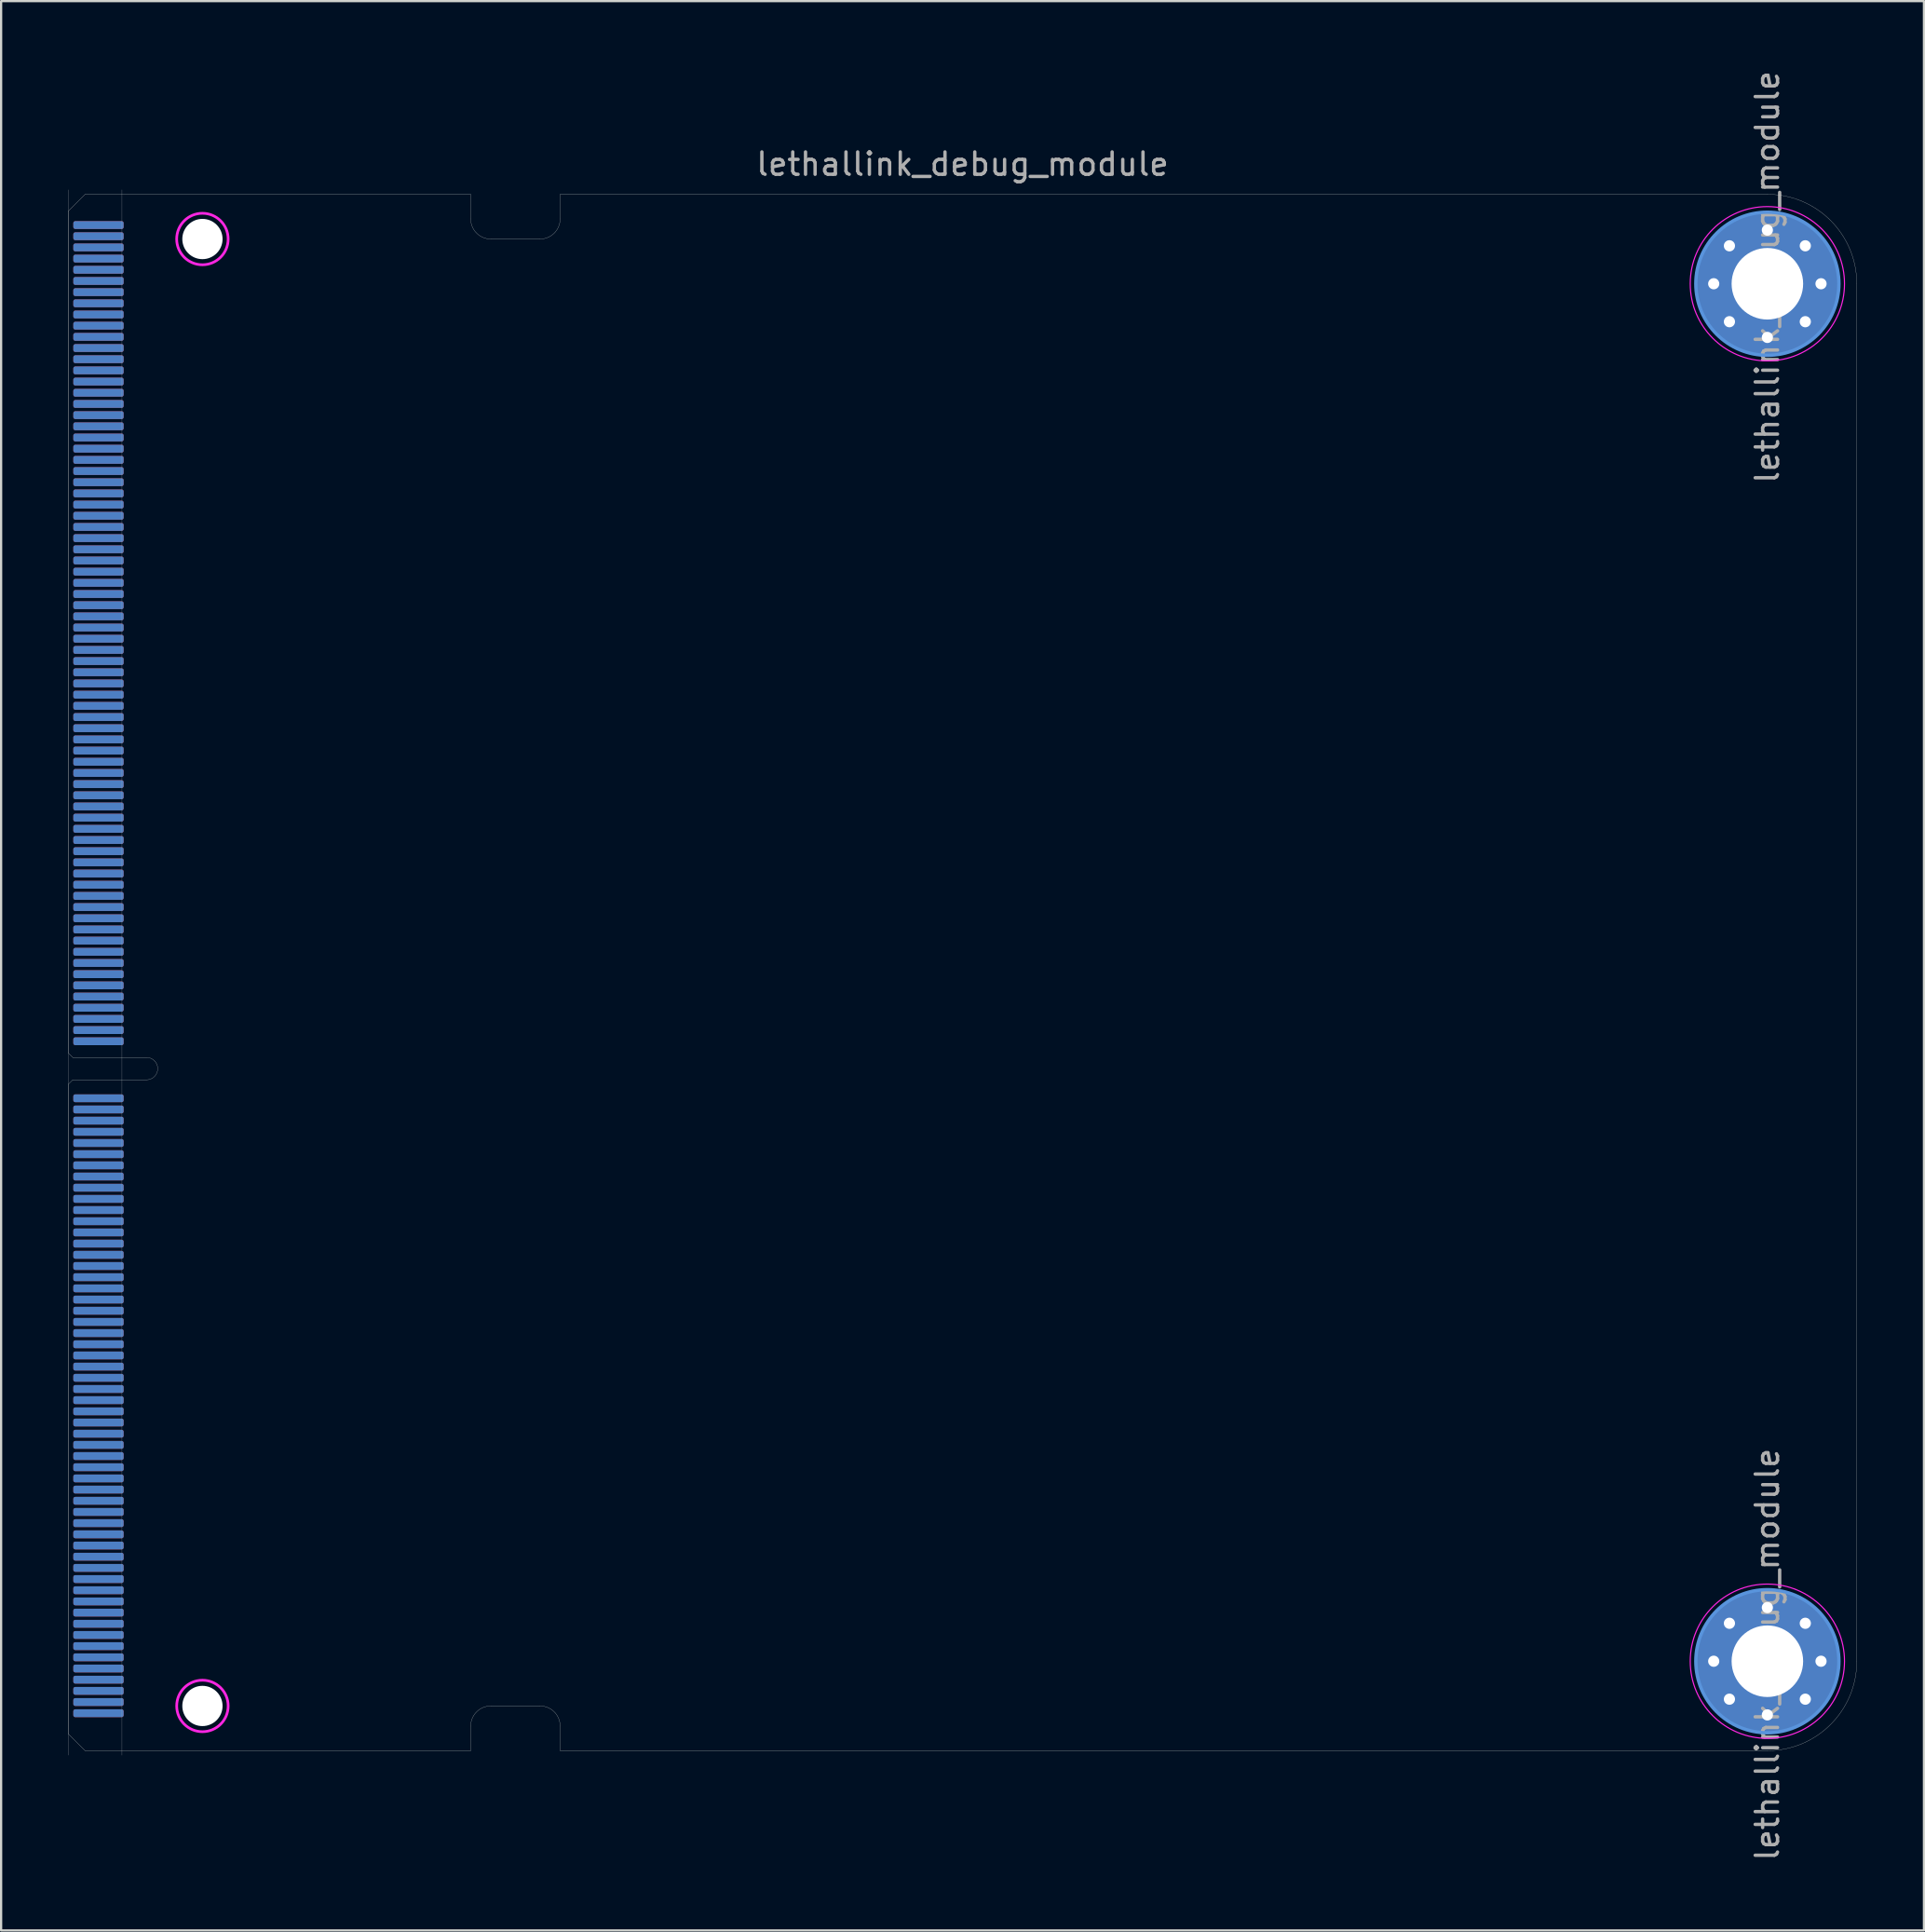
<source format=kicad_pcb>
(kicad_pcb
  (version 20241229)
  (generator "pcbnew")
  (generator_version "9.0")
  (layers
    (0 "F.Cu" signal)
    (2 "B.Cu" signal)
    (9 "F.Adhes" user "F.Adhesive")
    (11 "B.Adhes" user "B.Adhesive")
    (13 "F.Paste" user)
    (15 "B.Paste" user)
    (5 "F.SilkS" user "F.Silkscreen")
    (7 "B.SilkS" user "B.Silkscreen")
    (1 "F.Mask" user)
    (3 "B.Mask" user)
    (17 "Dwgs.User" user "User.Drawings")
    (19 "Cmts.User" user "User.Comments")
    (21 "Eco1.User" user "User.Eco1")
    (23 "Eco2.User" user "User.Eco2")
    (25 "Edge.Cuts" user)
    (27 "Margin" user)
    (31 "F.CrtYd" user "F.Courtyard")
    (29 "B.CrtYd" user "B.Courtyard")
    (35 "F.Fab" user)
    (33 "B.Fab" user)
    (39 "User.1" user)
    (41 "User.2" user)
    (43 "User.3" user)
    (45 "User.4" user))
  (footprint "lethallink_debug_module"
    (layer "F.Cu")
    (at 40.005 40.439)
    (property "Reference" "lethallink_debug_module" (at 0 -36.15 0) (layer "F.Fab") (effects (font (size 1 1) (thickness 0.15))))
    (attr through_hole)
    (fp_circle (center 36 -30.8) (end 36 -34) (stroke (width 0.15) (type solid)) (fill no) (layer "Cmts.User"))
    (fp_circle (center 36 30.8) (end 36 27.6) (stroke (width 0.15) (type solid)) (fill no) (layer "Cmts.User"))
    (fp_line (start -40 -34.05) (end -40 3.6) (stroke (width 0.01) (type solid)) (layer "Edge.Cuts"))
    (fp_line (start -40 34.05) (end -40 5) (stroke (width 0.01) (type solid)) (layer "Edge.Cuts"))
    (fp_line (start -39.8 3.8) (end -40 3.6) (stroke (width 0.01) (type solid)) (layer "Edge.Cuts"))
    (fp_line (start -39.8 4.8) (end -40 5) (stroke (width 0.01) (type solid)) (layer "Edge.Cuts"))
    (fp_line (start -39.25 -34.8) (end -40 -34.05) (stroke (width 0.01) (type solid)) (layer "Edge.Cuts"))
    (fp_line (start -39.25 -34.8) (end -22 -34.8) (stroke (width 0.01) (type solid)) (layer "Edge.Cuts"))
    (fp_line (start -39.25 34.8) (end -40 34.05) (stroke (width 0.01) (type solid)) (layer "Edge.Cuts"))
    (fp_line (start -39.25 34.8) (end -22 34.8) (stroke (width 0.01) (type solid)) (layer "Edge.Cuts"))
    (fp_line (start -36.5 3.8) (end -39.8 3.8) (stroke (width 0.01) (type solid)) (layer "Edge.Cuts"))
    (fp_line (start -36.5 4.8) (end -39.8 4.8) (stroke (width 0.01) (type solid)) (layer "Edge.Cuts"))
    (fp_line (start -22 -34.8) (end -22 -33.7) (stroke (width 0.01) (type solid)) (layer "Edge.Cuts"))
    (fp_line (start -22 33.7) (end -22 34.8) (stroke (width 0.01) (type solid)) (layer "Edge.Cuts"))
    (fp_line (start -21.1 32.8) (end -18.9 32.8) (stroke (width 0.01) (type solid)) (layer "Edge.Cuts"))
    (fp_line (start -18.9 -32.8) (end -21.1 -32.8) (stroke (width 0.01) (type solid)) (layer "Edge.Cuts"))
    (fp_line (start -18 -34.8) (end -18 -33.7) (stroke (width 0.01) (type solid)) (layer "Edge.Cuts"))
    (fp_line (start -18 33.7) (end -18 34.8) (stroke (width 0.01) (type solid)) (layer "Edge.Cuts"))
    (fp_line (start 36 -34.8) (end -18 -34.8) (stroke (width 0.01) (type solid)) (layer "Edge.Cuts"))
    (fp_line (start 36 34.8) (end -18 34.8) (stroke (width 0.01) (type solid)) (layer "Edge.Cuts"))
    (fp_line (start 40 30.8) (end 40 -30.8) (stroke (width 0.01) (type solid)) (layer "Edge.Cuts"))
    (fp_arc (start -36.5 3.8) (mid -36 4.3) (end -36.5 4.8) (stroke (width 0.01) (type solid)) (layer "Edge.Cuts"))
    (fp_arc (start -22 33.7) (mid -21.736396 33.063604) (end -21.1 32.8) (stroke (width 0.01) (type solid)) (layer "Edge.Cuts"))
    (fp_arc (start -21.1 -32.8) (mid -21.736396 -33.063604) (end -22 -33.7) (stroke (width 0.01) (type solid)) (layer "Edge.Cuts"))
    (fp_arc (start -18.9 32.8) (mid -18.263604 33.063604) (end -18 33.7) (stroke (width 0.01) (type solid)) (layer "Edge.Cuts"))
    (fp_arc (start -18 -33.7) (mid -18.263604 -33.063604) (end -18.9 -32.8) (stroke (width 0.01) (type solid)) (layer "Edge.Cuts"))
    (fp_arc (start 36 -34.8) (mid 38.828427 -33.628427) (end 40 -30.8) (stroke (width 0.01) (type solid)) (layer "Edge.Cuts"))
    (fp_arc (start 40 30.8) (mid 38.828427 33.628427) (end 36 34.8) (stroke (width 0.01) (type solid)) (layer "Edge.Cuts"))
    (fp_circle (center -34.001 -32.8) (end -32.85 -32.8) (stroke (width 0.12) (type solid)) (fill no) (layer "F.CrtYd"))
    (fp_circle (center -34 32.8) (end -32.849 32.8) (stroke (width 0.12) (type solid)) (fill no) (layer "F.CrtYd"))
    (fp_circle (center 36 -30.8) (end 36 -34.25) (stroke (width 0.05) (type solid)) (fill no) (layer "F.CrtYd"))
    (fp_circle (center 36 30.8) (end 36 27.35) (stroke (width 0.05) (type solid)) (fill no) (layer "F.CrtYd"))
    (fp_line (start -40 -35) (end -40 35) (stroke (width 0.01) (type solid)) (layer "F.Fab"))
    (fp_line (start -37.6 -35) (end -37.6 35) (stroke (width 0.01) (type solid)) (layer "F.Fab"))
    (fp_text user "${REFERENCE}" (at 36 -31.1 90) (layer "F.Fab") (effects (font (size 1 1) (thickness 0.15))))
    (fp_text user "${REFERENCE}" (at 36 30.5 90) (layer "F.Fab") (effects (font (size 1 1) (thickness 0.15))))
    (pad "" np_thru_hole circle (at -34 -32.8 90) (size 1.8 1.8) (drill 1.8) (layers "*.Cu" "*.Mask"))
    (pad "" np_thru_hole circle (at -34 32.8 90) (size 1.8 1.8) (drill 1.8) (layers "*.Cu" "*.Mask"))
    (pad "1" smd roundrect (at -38.65 -33.425 90) (size 0.35 2.25) (layers "F.Cu" "F.Mask") (roundrect_rratio 0.25))
    (pad "2" smd roundrect (at -38.65 -33.425 90) (size 0.35 2.25) (layers "B.Cu" "B.Mask") (roundrect_rratio 0.25))
    (pad "3" smd roundrect (at -38.65 -32.925 90) (size 0.35 2.25) (layers "F.Cu" "F.Mask") (roundrect_rratio 0.25))
    (pad "4" smd roundrect (at -38.65 -32.925 90) (size 0.35 2.25) (layers "B.Cu" "B.Mask") (roundrect_rratio 0.25))
    (pad "5" smd roundrect (at -38.65 -32.425 90) (size 0.35 2.25) (layers "F.Cu" "F.Mask") (roundrect_rratio 0.25))
    (pad "6" smd roundrect (at -38.65 -32.425 90) (size 0.35 2.25) (layers "B.Cu" "B.Mask") (roundrect_rratio 0.25))
    (pad "7" smd roundrect (at -38.65 -31.925 90) (size 0.35 2.25) (layers "F.Cu" "F.Mask") (roundrect_rratio 0.25))
    (pad "8" smd roundrect (at -38.65 -31.925 90) (size 0.35 2.25) (layers "B.Cu" "B.Mask") (roundrect_rratio 0.25))
    (pad "9" smd roundrect (at -38.65 -31.425 90) (size 0.35 2.25) (layers "F.Cu" "F.Mask") (roundrect_rratio 0.25))
    (pad "10" smd roundrect (at -38.65 -31.425 90) (size 0.35 2.25) (layers "B.Cu" "B.Mask") (roundrect_rratio 0.25))
    (pad "11" smd roundrect (at -38.65 -30.925 90) (size 0.35 2.25) (layers "F.Cu" "F.Mask") (roundrect_rratio 0.25))
    (pad "12" smd roundrect (at -38.65 -30.925 90) (size 0.35 2.25) (layers "B.Cu" "B.Mask") (roundrect_rratio 0.25))
    (pad "13" smd roundrect (at -38.65 -30.425 90) (size 0.35 2.25) (layers "F.Cu" "F.Mask") (roundrect_rratio 0.25))
    (pad "14" smd roundrect (at -38.65 -30.425 90) (size 0.35 2.25) (layers "B.Cu" "B.Mask") (roundrect_rratio 0.25))
    (pad "15" smd roundrect (at -38.65 -29.925 90) (size 0.35 2.25) (layers "F.Cu" "F.Mask") (roundrect_rratio 0.25))
    (pad "16" smd roundrect (at -38.65 -29.925 90) (size 0.35 2.25) (layers "B.Cu" "B.Mask") (roundrect_rratio 0.25))
    (pad "17" smd roundrect (at -38.65 -29.425 90) (size 0.35 2.25) (layers "F.Cu" "F.Mask") (roundrect_rratio 0.25))
    (pad "18" smd roundrect (at -38.65 -29.425 90) (size 0.35 2.25) (layers "B.Cu" "B.Mask") (roundrect_rratio 0.25))
    (pad "19" smd roundrect (at -38.65 -28.925 90) (size 0.35 2.25) (layers "F.Cu" "F.Mask") (roundrect_rratio 0.25))
    (pad "20" smd roundrect (at -38.65 -28.925 90) (size 0.35 2.25) (layers "B.Cu" "B.Mask") (roundrect_rratio 0.25))
    (pad "21" smd roundrect (at -38.65 -28.425 90) (size 0.35 2.25) (layers "F.Cu" "F.Mask") (roundrect_rratio 0.25))
    (pad "22" smd roundrect (at -38.65 -28.425 90) (size 0.35 2.25) (layers "B.Cu" "B.Mask") (roundrect_rratio 0.25))
    (pad "23" smd roundrect (at -38.65 -27.925 90) (size 0.35 2.25) (layers "F.Cu" "F.Mask") (roundrect_rratio 0.25))
    (pad "24" smd roundrect (at -38.65 -27.925 90) (size 0.35 2.25) (layers "B.Cu" "B.Mask") (roundrect_rratio 0.25))
    (pad "25" smd roundrect (at -38.65 -27.425 90) (size 0.35 2.25) (layers "F.Cu" "F.Mask") (roundrect_rratio 0.25))
    (pad "26" smd roundrect (at -38.65 -27.425 90) (size 0.35 2.25) (layers "B.Cu" "B.Mask") (roundrect_rratio 0.25))
    (pad "27" smd roundrect (at -38.65 -26.925 90) (size 0.35 2.25) (layers "F.Cu" "F.Mask") (roundrect_rratio 0.25))
    (pad "28" smd roundrect (at -38.65 -26.925 90) (size 0.35 2.25) (layers "B.Cu" "B.Mask") (roundrect_rratio 0.25))
    (pad "29" smd roundrect (at -38.65 -26.425 90) (size 0.35 2.25) (layers "F.Cu" "F.Mask") (roundrect_rratio 0.25))
    (pad "30" smd roundrect (at -38.65 -26.425 90) (size 0.35 2.25) (layers "B.Cu" "B.Mask") (roundrect_rratio 0.25))
    (pad "31" smd roundrect (at -38.65 -25.925 90) (size 0.35 2.25) (layers "F.Cu" "F.Mask") (roundrect_rratio 0.25))
    (pad "32" smd roundrect (at -38.65 -25.925 90) (size 0.35 2.25) (layers "B.Cu" "B.Mask") (roundrect_rratio 0.25))
    (pad "33" smd roundrect (at -38.65 -25.425 90) (size 0.35 2.25) (layers "F.Cu" "F.Mask") (roundrect_rratio 0.25))
    (pad "34" smd roundrect (at -38.65 -25.425 90) (size 0.35 2.25) (layers "B.Cu" "B.Mask") (roundrect_rratio 0.25))
    (pad "35" smd roundrect (at -38.65 -24.925 90) (size 0.35 2.25) (layers "F.Cu" "F.Mask") (roundrect_rratio 0.25))
    (pad "36" smd roundrect (at -38.65 -24.925 90) (size 0.35 2.25) (layers "B.Cu" "B.Mask") (roundrect_rratio 0.25))
    (pad "37" smd roundrect (at -38.65 -24.425 90) (size 0.35 2.25) (layers "F.Cu" "F.Mask") (roundrect_rratio 0.25))
    (pad "38" smd roundrect (at -38.65 -24.425 90) (size 0.35 2.25) (layers "B.Cu" "B.Mask") (roundrect_rratio 0.25))
    (pad "39" smd roundrect (at -38.65 -23.925 90) (size 0.35 2.25) (layers "F.Cu" "F.Mask") (roundrect_rratio 0.25))
    (pad "40" smd roundrect (at -38.65 -23.925 90) (size 0.35 2.25) (layers "B.Cu" "B.Mask") (roundrect_rratio 0.25))
    (pad "41" smd roundrect (at -38.65 -23.425 90) (size 0.35 2.25) (layers "F.Cu" "F.Mask") (roundrect_rratio 0.25))
    (pad "42" smd roundrect (at -38.65 -23.425 90) (size 0.35 2.25) (layers "B.Cu" "B.Mask") (roundrect_rratio 0.25))
    (pad "43" smd roundrect (at -38.65 -22.925 90) (size 0.35 2.25) (layers "F.Cu" "F.Mask") (roundrect_rratio 0.25))
    (pad "44" smd roundrect (at -38.65 -22.925 90) (size 0.35 2.25) (layers "B.Cu" "B.Mask") (roundrect_rratio 0.25))
    (pad "45" smd roundrect (at -38.65 -22.425 90) (size 0.35 2.25) (layers "F.Cu" "F.Mask") (roundrect_rratio 0.25))
    (pad "46" smd roundrect (at -38.65 -22.425 90) (size 0.35 2.25) (layers "B.Cu" "B.Mask") (roundrect_rratio 0.25))
    (pad "47" smd roundrect (at -38.65 -21.925 90) (size 0.35 2.25) (layers "F.Cu" "F.Mask") (roundrect_rratio 0.25))
    (pad "48" smd roundrect (at -38.65 -21.925 90) (size 0.35 2.25) (layers "B.Cu" "B.Mask") (roundrect_rratio 0.25))
    (pad "49" smd roundrect (at -38.65 -21.425 90) (size 0.35 2.25) (layers "F.Cu" "F.Mask") (roundrect_rratio 0.25))
    (pad "50" smd roundrect (at -38.65 -21.425 90) (size 0.35 2.25) (layers "B.Cu" "B.Mask") (roundrect_rratio 0.25))
    (pad "51" smd roundrect (at -38.65 -20.925 90) (size 0.35 2.25) (layers "F.Cu" "F.Mask") (roundrect_rratio 0.25))
    (pad "52" smd roundrect (at -38.65 -20.925 90) (size 0.35 2.25) (layers "B.Cu" "B.Mask") (roundrect_rratio 0.25))
    (pad "53" smd roundrect (at -38.65 -20.425 90) (size 0.35 2.25) (layers "F.Cu" "F.Mask") (roundrect_rratio 0.25))
    (pad "54" smd roundrect (at -38.65 -20.425 90) (size 0.35 2.25) (layers "B.Cu" "B.Mask") (roundrect_rratio 0.25))
    (pad "55" smd roundrect (at -38.65 -19.925 90) (size 0.35 2.25) (layers "F.Cu" "F.Mask") (roundrect_rratio 0.25))
    (pad "56" smd roundrect (at -38.65 -19.925 90) (size 0.35 2.25) (layers "B.Cu" "B.Mask") (roundrect_rratio 0.25))
    (pad "57" smd roundrect (at -38.65 -19.425 90) (size 0.35 2.25) (layers "F.Cu" "F.Mask") (roundrect_rratio 0.25))
    (pad "58" smd roundrect (at -38.65 -19.425 90) (size 0.35 2.25) (layers "B.Cu" "B.Mask") (roundrect_rratio 0.25))
    (pad "59" smd roundrect (at -38.65 -18.925 90) (size 0.35 2.25) (layers "F.Cu" "F.Mask") (roundrect_rratio 0.25))
    (pad "60" smd roundrect (at -38.65 -18.925 90) (size 0.35 2.25) (layers "B.Cu" "B.Mask") (roundrect_rratio 0.25))
    (pad "61" smd roundrect (at -38.65 -18.425 90) (size 0.35 2.25) (layers "F.Cu" "F.Mask") (roundrect_rratio 0.25))
    (pad "62" smd roundrect (at -38.65 -18.425 90) (size 0.35 2.25) (layers "B.Cu" "B.Mask") (roundrect_rratio 0.25))
    (pad "63" smd roundrect (at -38.65 -17.925 90) (size 0.35 2.25) (layers "F.Cu" "F.Mask") (roundrect_rratio 0.25))
    (pad "64" smd roundrect (at -38.65 -17.925 90) (size 0.35 2.25) (layers "B.Cu" "B.Mask") (roundrect_rratio 0.25))
    (pad "65" smd roundrect (at -38.65 -17.425 90) (size 0.35 2.25) (layers "F.Cu" "F.Mask") (roundrect_rratio 0.25))
    (pad "66" smd roundrect (at -38.65 -17.425 90) (size 0.35 2.25) (layers "B.Cu" "B.Mask") (roundrect_rratio 0.25))
    (pad "67" smd roundrect (at -38.65 -16.925 90) (size 0.35 2.25) (layers "F.Cu" "F.Mask") (roundrect_rratio 0.25))
    (pad "68" smd roundrect (at -38.65 -16.925 90) (size 0.35 2.25) (layers "B.Cu" "B.Mask") (roundrect_rratio 0.25))
    (pad "69" smd roundrect (at -38.65 -16.425 90) (size 0.35 2.25) (layers "F.Cu" "F.Mask") (roundrect_rratio 0.25))
    (pad "70" smd roundrect (at -38.65 -16.425 90) (size 0.35 2.25) (layers "B.Cu" "B.Mask") (roundrect_rratio 0.25))
    (pad "71" smd roundrect (at -38.65 -15.925 90) (size 0.35 2.25) (layers "F.Cu" "F.Mask") (roundrect_rratio 0.25))
    (pad "72" smd roundrect (at -38.65 -15.925 90) (size 0.35 2.25) (layers "B.Cu" "B.Mask") (roundrect_rratio 0.25))
    (pad "73" smd roundrect (at -38.65 -15.425 90) (size 0.35 2.25) (layers "F.Cu" "F.Mask") (roundrect_rratio 0.25))
    (pad "74" smd roundrect (at -38.65 -15.425 90) (size 0.35 2.25) (layers "B.Cu" "B.Mask") (roundrect_rratio 0.25))
    (pad "75" smd roundrect (at -38.65 -14.925 90) (size 0.35 2.25) (layers "F.Cu" "F.Mask") (roundrect_rratio 0.25))
    (pad "76" smd roundrect (at -38.65 -14.925 90) (size 0.35 2.25) (layers "B.Cu" "B.Mask") (roundrect_rratio 0.25))
    (pad "77" smd roundrect (at -38.65 -14.425 90) (size 0.35 2.25) (layers "F.Cu" "F.Mask") (roundrect_rratio 0.25))
    (pad "78" smd roundrect (at -38.65 -14.425 90) (size 0.35 2.25) (layers "B.Cu" "B.Mask") (roundrect_rratio 0.25))
    (pad "79" smd roundrect (at -38.65 -13.925 90) (size 0.35 2.25) (layers "F.Cu" "F.Mask") (roundrect_rratio 0.25))
    (pad "80" smd roundrect (at -38.65 -13.925 90) (size 0.35 2.25) (layers "B.Cu" "B.Mask") (roundrect_rratio 0.25))
    (pad "81" smd roundrect (at -38.65 -13.425 90) (size 0.35 2.25) (layers "F.Cu" "F.Mask") (roundrect_rratio 0.25))
    (pad "82" smd roundrect (at -38.65 -13.425 90) (size 0.35 2.25) (layers "B.Cu" "B.Mask") (roundrect_rratio 0.25))
    (pad "83" smd roundrect (at -38.65 -12.925 90) (size 0.35 2.25) (layers "F.Cu" "F.Mask") (roundrect_rratio 0.25))
    (pad "84" smd roundrect (at -38.65 -12.925 90) (size 0.35 2.25) (layers "B.Cu" "B.Mask") (roundrect_rratio 0.25))
    (pad "85" smd roundrect (at -38.65 -12.425 90) (size 0.35 2.25) (layers "F.Cu" "F.Mask") (roundrect_rratio 0.25))
    (pad "86" smd roundrect (at -38.65 -12.425 90) (size 0.35 2.25) (layers "B.Cu" "B.Mask") (roundrect_rratio 0.25))
    (pad "87" smd roundrect (at -38.65 -11.925 90) (size 0.35 2.25) (layers "F.Cu" "F.Mask") (roundrect_rratio 0.25))
    (pad "88" smd roundrect (at -38.65 -11.925 90) (size 0.35 2.25) (layers "B.Cu" "B.Mask") (roundrect_rratio 0.25))
    (pad "89" smd roundrect (at -38.65 -11.425 90) (size 0.35 2.25) (layers "F.Cu" "F.Mask") (roundrect_rratio 0.25))
    (pad "90" smd roundrect (at -38.65 -11.425 90) (size 0.35 2.25) (layers "B.Cu" "B.Mask") (roundrect_rratio 0.25))
    (pad "91" smd roundrect (at -38.65 -10.925 90) (size 0.35 2.25) (layers "F.Cu" "F.Mask") (roundrect_rratio 0.25))
    (pad "92" smd roundrect (at -38.65 -10.925 90) (size 0.35 2.25) (layers "B.Cu" "B.Mask") (roundrect_rratio 0.25))
    (pad "93" smd roundrect (at -38.65 -10.425 90) (size 0.35 2.25) (layers "F.Cu" "F.Mask") (roundrect_rratio 0.25))
    (pad "94" smd roundrect (at -38.65 -10.425 90) (size 0.35 2.25) (layers "B.Cu" "B.Mask") (roundrect_rratio 0.25))
    (pad "95" smd roundrect (at -38.65 -9.925 90) (size 0.35 2.25) (layers "F.Cu" "F.Mask") (roundrect_rratio 0.25))
    (pad "96" smd roundrect (at -38.65 -9.925 90) (size 0.35 2.25) (layers "B.Cu" "B.Mask") (roundrect_rratio 0.25))
    (pad "97" smd roundrect (at -38.65 -9.425 90) (size 0.35 2.25) (layers "F.Cu" "F.Mask") (roundrect_rratio 0.25))
    (pad "98" smd roundrect (at -38.65 -9.425 90) (size 0.35 2.25) (layers "B.Cu" "B.Mask") (roundrect_rratio 0.25))
    (pad "99" smd roundrect (at -38.65 -8.925 90) (size 0.35 2.25) (layers "F.Cu" "F.Mask") (roundrect_rratio 0.25))
    (pad "100" smd roundrect (at -38.65 -8.925 90) (size 0.35 2.25) (layers "B.Cu" "B.Mask") (roundrect_rratio 0.25))
    (pad "101" smd roundrect (at -38.65 -8.425 90) (size 0.35 2.25) (layers "F.Cu" "F.Mask") (roundrect_rratio 0.25))
    (pad "102" smd roundrect (at -38.65 -8.425 90) (size 0.35 2.25) (layers "B.Cu" "B.Mask") (roundrect_rratio 0.25))
    (pad "103" smd roundrect (at -38.65 -7.925 90) (size 0.35 2.25) (layers "F.Cu" "F.Mask") (roundrect_rratio 0.25))
    (pad "104" smd roundrect (at -38.65 -7.925 90) (size 0.35 2.25) (layers "B.Cu" "B.Mask") (roundrect_rratio 0.25))
    (pad "105" smd roundrect (at -38.65 -7.425 90) (size 0.35 2.25) (layers "F.Cu" "F.Mask") (roundrect_rratio 0.25))
    (pad "106" smd roundrect (at -38.65 -7.425 90) (size 0.35 2.25) (layers "B.Cu" "B.Mask") (roundrect_rratio 0.25))
    (pad "107" smd roundrect (at -38.65 -6.925 90) (size 0.35 2.25) (layers "F.Cu" "F.Mask") (roundrect_rratio 0.25))
    (pad "108" smd roundrect (at -38.65 -6.925 90) (size 0.35 2.25) (layers "B.Cu" "B.Mask") (roundrect_rratio 0.25))
    (pad "109" smd roundrect (at -38.65 -6.425 90) (size 0.35 2.25) (layers "F.Cu" "F.Mask") (roundrect_rratio 0.25))
    (pad "110" smd roundrect (at -38.65 -6.425 90) (size 0.35 2.25) (layers "B.Cu" "B.Mask") (roundrect_rratio 0.25))
    (pad "111" smd roundrect (at -38.65 -5.925 90) (size 0.35 2.25) (layers "F.Cu" "F.Mask") (roundrect_rratio 0.25))
    (pad "112" smd roundrect (at -38.65 -5.925 90) (size 0.35 2.25) (layers "B.Cu" "B.Mask") (roundrect_rratio 0.25))
    (pad "113" smd roundrect (at -38.65 -5.425 90) (size 0.35 2.25) (layers "F.Cu" "F.Mask") (roundrect_rratio 0.25))
    (pad "114" smd roundrect (at -38.65 -5.425 90) (size 0.35 2.25) (layers "B.Cu" "B.Mask") (roundrect_rratio 0.25))
    (pad "115" smd roundrect (at -38.65 -4.925 90) (size 0.35 2.25) (layers "F.Cu" "F.Mask") (roundrect_rratio 0.25))
    (pad "116" smd roundrect (at -38.65 -4.925 90) (size 0.35 2.25) (layers "B.Cu" "B.Mask") (roundrect_rratio 0.25))
    (pad "117" smd roundrect (at -38.65 -4.425 90) (size 0.35 2.25) (layers "F.Cu" "F.Mask") (roundrect_rratio 0.25))
    (pad "118" smd roundrect (at -38.65 -4.425 90) (size 0.35 2.25) (layers "B.Cu" "B.Mask") (roundrect_rratio 0.25))
    (pad "119" smd roundrect (at -38.65 -3.925 90) (size 0.35 2.25) (layers "F.Cu" "F.Mask") (roundrect_rratio 0.25))
    (pad "120" smd roundrect (at -38.65 -3.925 90) (size 0.35 2.25) (layers "B.Cu" "B.Mask") (roundrect_rratio 0.25))
    (pad "121" smd roundrect (at -38.65 -3.425 90) (size 0.35 2.25) (layers "F.Cu" "F.Mask") (roundrect_rratio 0.25))
    (pad "122" smd roundrect (at -38.65 -3.425 90) (size 0.35 2.25) (layers "B.Cu" "B.Mask") (roundrect_rratio 0.25))
    (pad "123" smd roundrect (at -38.65 -2.925 90) (size 0.35 2.25) (layers "F.Cu" "F.Mask") (roundrect_rratio 0.25))
    (pad "124" smd roundrect (at -38.65 -2.925 90) (size 0.35 2.25) (layers "B.Cu" "B.Mask") (roundrect_rratio 0.25))
    (pad "125" smd roundrect (at -38.65 -2.425 90) (size 0.35 2.25) (layers "F.Cu" "F.Mask") (roundrect_rratio 0.25))
    (pad "126" smd roundrect (at -38.65 -2.425 90) (size 0.35 2.25) (layers "B.Cu" "B.Mask") (roundrect_rratio 0.25))
    (pad "127" smd roundrect (at -38.65 -1.925 90) (size 0.35 2.25) (layers "F.Cu" "F.Mask") (roundrect_rratio 0.25))
    (pad "128" smd roundrect (at -38.65 -1.925 90) (size 0.35 2.25) (layers "B.Cu" "B.Mask") (roundrect_rratio 0.25))
    (pad "129" smd roundrect (at -38.65 -1.425 90) (size 0.35 2.25) (layers "F.Cu" "F.Mask") (roundrect_rratio 0.25))
    (pad "130" smd roundrect (at -38.65 -1.425 90) (size 0.35 2.25) (layers "B.Cu" "B.Mask") (roundrect_rratio 0.25))
    (pad "131" smd roundrect (at -38.65 -0.925 90) (size 0.35 2.25) (layers "F.Cu" "F.Mask") (roundrect_rratio 0.25))
    (pad "132" smd roundrect (at -38.65 -0.925 90) (size 0.35 2.25) (layers "B.Cu" "B.Mask") (roundrect_rratio 0.25))
    (pad "133" smd roundrect (at -38.65 -0.425 90) (size 0.35 2.25) (layers "F.Cu" "F.Mask") (roundrect_rratio 0.25))
    (pad "134" smd roundrect (at -38.65 -0.425 90) (size 0.35 2.25) (layers "B.Cu" "B.Mask") (roundrect_rratio 0.25))
    (pad "135" smd roundrect (at -38.65 0.075 90) (size 0.35 2.25) (layers "F.Cu" "F.Mask") (roundrect_rratio 0.25))
    (pad "136" smd roundrect (at -38.65 0.075 90) (size 0.35 2.25) (layers "B.Cu" "B.Mask") (roundrect_rratio 0.25))
    (pad "137" smd roundrect (at -38.65 0.575 90) (size 0.35 2.25) (layers "F.Cu" "F.Mask") (roundrect_rratio 0.25))
    (pad "138" smd roundrect (at -38.65 0.575 90) (size 0.35 2.25) (layers "B.Cu" "B.Mask") (roundrect_rratio 0.25))
    (pad "139" smd roundrect (at -38.65 1.075 90) (size 0.35 2.25) (layers "F.Cu" "F.Mask") (roundrect_rratio 0.25))
    (pad "140" smd roundrect (at -38.65 1.075 90) (size 0.35 2.25) (layers "B.Cu" "B.Mask") (roundrect_rratio 0.25))
    (pad "141" smd roundrect (at -38.65 1.575 90) (size 0.35 2.25) (layers "F.Cu" "F.Mask") (roundrect_rratio 0.25))
    (pad "142" smd roundrect (at -38.65 1.575 90) (size 0.35 2.25) (layers "B.Cu" "B.Mask") (roundrect_rratio 0.25))
    (pad "143" smd roundrect (at -38.65 2.075 90) (size 0.35 2.25) (layers "F.Cu" "F.Mask") (roundrect_rratio 0.25))
    (pad "144" smd roundrect (at -38.65 2.075 90) (size 0.35 2.25) (layers "B.Cu" "B.Mask") (roundrect_rratio 0.25))
    (pad "145" smd roundrect (at -38.65 2.575 90) (size 0.35 2.25) (layers "F.Cu" "F.Mask") (roundrect_rratio 0.25))
    (pad "146" smd roundrect (at -38.65 2.575 90) (size 0.35 2.25) (layers "B.Cu" "B.Mask") (roundrect_rratio 0.25))
    (pad "147" smd roundrect (at -38.65 3.075 90) (size 0.35 2.25) (layers "F.Cu" "F.Mask") (roundrect_rratio 0.25))
    (pad "148" smd roundrect (at -38.65 3.075 90) (size 0.35 2.25) (layers "B.Cu" "B.Mask") (roundrect_rratio 0.25))
    (pad "149" smd roundrect (at -38.65 5.625 90) (size 0.35 2.25) (layers "F.Cu" "F.Mask") (roundrect_rratio 0.25))
    (pad "150" smd roundrect (at -38.65 5.625 90) (size 0.35 2.25) (layers "B.Cu" "B.Mask") (roundrect_rratio 0.25))
    (pad "151" smd roundrect (at -38.65 6.125 90) (size 0.35 2.25) (layers "F.Cu" "F.Mask") (roundrect_rratio 0.25))
    (pad "152" smd roundrect (at -38.65 6.125 90) (size 0.35 2.25) (layers "B.Cu" "B.Mask") (roundrect_rratio 0.25))
    (pad "153" smd roundrect (at -38.65 6.625 90) (size 0.35 2.25) (layers "F.Cu" "F.Mask") (roundrect_rratio 0.25))
    (pad "154" smd roundrect (at -38.65 6.625 90) (size 0.35 2.25) (layers "B.Cu" "B.Mask") (roundrect_rratio 0.25))
    (pad "155" smd roundrect (at -38.65 7.125 90) (size 0.35 2.25) (layers "F.Cu" "F.Mask") (roundrect_rratio 0.25))
    (pad "156" smd roundrect (at -38.65 7.125 90) (size 0.35 2.25) (layers "B.Cu" "B.Mask") (roundrect_rratio 0.25))
    (pad "157" smd roundrect (at -38.65 7.625 90) (size 0.35 2.25) (layers "F.Cu" "F.Mask") (roundrect_rratio 0.25))
    (pad "158" smd roundrect (at -38.65 7.625 90) (size 0.35 2.25) (layers "B.Cu" "B.Mask") (roundrect_rratio 0.25))
    (pad "159" smd roundrect (at -38.65 8.125 90) (size 0.35 2.25) (layers "F.Cu" "F.Mask") (roundrect_rratio 0.25))
    (pad "160" smd roundrect (at -38.65 8.125 90) (size 0.35 2.25) (layers "B.Cu" "B.Mask") (roundrect_rratio 0.25))
    (pad "161" smd roundrect (at -38.65 8.625 90) (size 0.35 2.25) (layers "F.Cu" "F.Mask") (roundrect_rratio 0.25))
    (pad "162" smd roundrect (at -38.65 8.625 90) (size 0.35 2.25) (layers "B.Cu" "B.Mask") (roundrect_rratio 0.25))
    (pad "163" smd roundrect (at -38.65 9.125 90) (size 0.35 2.25) (layers "F.Cu" "F.Mask") (roundrect_rratio 0.25))
    (pad "164" smd roundrect (at -38.65 9.125 90) (size 0.35 2.25) (layers "B.Cu" "B.Mask") (roundrect_rratio 0.25))
    (pad "165" smd roundrect (at -38.65 9.625 90) (size 0.35 2.25) (layers "F.Cu" "F.Mask") (roundrect_rratio 0.25))
    (pad "166" smd roundrect (at -38.65 9.625 90) (size 0.35 2.25) (layers "B.Cu" "B.Mask") (roundrect_rratio 0.25))
    (pad "167" smd roundrect (at -38.65 10.125 90) (size 0.35 2.25) (layers "F.Cu" "F.Mask") (roundrect_rratio 0.25))
    (pad "168" smd roundrect (at -38.65 10.125 90) (size 0.35 2.25) (layers "B.Cu" "B.Mask") (roundrect_rratio 0.25))
    (pad "169" smd roundrect (at -38.65 10.625 90) (size 0.35 2.25) (layers "F.Cu" "F.Mask") (roundrect_rratio 0.25))
    (pad "170" smd roundrect (at -38.65 10.625 90) (size 0.35 2.25) (layers "B.Cu" "B.Mask") (roundrect_rratio 0.25))
    (pad "171" smd roundrect (at -38.65 11.125 90) (size 0.35 2.25) (layers "F.Cu" "F.Mask") (roundrect_rratio 0.25))
    (pad "172" smd roundrect (at -38.65 11.125 90) (size 0.35 2.25) (layers "B.Cu" "B.Mask") (roundrect_rratio 0.25))
    (pad "173" smd roundrect (at -38.65 11.625 90) (size 0.35 2.25) (layers "F.Cu" "F.Mask") (roundrect_rratio 0.25))
    (pad "174" smd roundrect (at -38.65 11.625 90) (size 0.35 2.25) (layers "B.Cu" "B.Mask") (roundrect_rratio 0.25))
    (pad "175" smd roundrect (at -38.65 12.125 90) (size 0.35 2.25) (layers "F.Cu" "F.Mask") (roundrect_rratio 0.25))
    (pad "176" smd roundrect (at -38.65 12.125 90) (size 0.35 2.25) (layers "B.Cu" "B.Mask") (roundrect_rratio 0.25))
    (pad "177" smd roundrect (at -38.65 12.625 90) (size 0.35 2.25) (layers "F.Cu" "F.Mask") (roundrect_rratio 0.25))
    (pad "178" smd roundrect (at -38.65 12.625 90) (size 0.35 2.25) (layers "B.Cu" "B.Mask") (roundrect_rratio 0.25))
    (pad "179" smd roundrect (at -38.65 13.125 90) (size 0.35 2.25) (layers "F.Cu" "F.Mask") (roundrect_rratio 0.25))
    (pad "180" smd roundrect (at -38.65 13.125 90) (size 0.35 2.25) (layers "B.Cu" "B.Mask") (roundrect_rratio 0.25))
    (pad "181" smd roundrect (at -38.65 13.625 90) (size 0.35 2.25) (layers "F.Cu" "F.Mask") (roundrect_rratio 0.25))
    (pad "182" smd roundrect (at -38.65 13.625 90) (size 0.35 2.25) (layers "B.Cu" "B.Mask") (roundrect_rratio 0.25))
    (pad "183" smd roundrect (at -38.65 14.125 90) (size 0.35 2.25) (layers "F.Cu" "F.Mask") (roundrect_rratio 0.25))
    (pad "184" smd roundrect (at -38.65 14.125 90) (size 0.35 2.25) (layers "B.Cu" "B.Mask") (roundrect_rratio 0.25))
    (pad "185" smd roundrect (at -38.65 14.625 90) (size 0.35 2.25) (layers "F.Cu" "F.Mask") (roundrect_rratio 0.25))
    (pad "186" smd roundrect (at -38.65 14.625 90) (size 0.35 2.25) (layers "B.Cu" "B.Mask") (roundrect_rratio 0.25))
    (pad "187" smd roundrect (at -38.65 15.125 90) (size 0.35 2.25) (layers "F.Cu" "F.Mask") (roundrect_rratio 0.25))
    (pad "188" smd roundrect (at -38.65 15.125 90) (size 0.35 2.25) (layers "B.Cu" "B.Mask") (roundrect_rratio 0.25))
    (pad "189" smd roundrect (at -38.65 15.625 90) (size 0.35 2.25) (layers "F.Cu" "F.Mask") (roundrect_rratio 0.25))
    (pad "190" smd roundrect (at -38.65 15.625 90) (size 0.35 2.25) (layers "B.Cu" "B.Mask") (roundrect_rratio 0.25))
    (pad "191" smd roundrect (at -38.65 16.125 90) (size 0.35 2.25) (layers "F.Cu" "F.Mask") (roundrect_rratio 0.25))
    (pad "192" smd roundrect (at -38.65 16.125 90) (size 0.35 2.25) (layers "B.Cu" "B.Mask") (roundrect_rratio 0.25))
    (pad "193" smd roundrect (at -38.65 16.625 90) (size 0.35 2.25) (layers "F.Cu" "F.Mask") (roundrect_rratio 0.25))
    (pad "194" smd roundrect (at -38.65 16.625 90) (size 0.35 2.25) (layers "B.Cu" "B.Mask") (roundrect_rratio 0.25))
    (pad "195" smd roundrect (at -38.65 17.125 90) (size 0.35 2.25) (layers "F.Cu" "F.Mask") (roundrect_rratio 0.25))
    (pad "196" smd roundrect (at -38.65 17.125 90) (size 0.35 2.25) (layers "B.Cu" "B.Mask") (roundrect_rratio 0.25))
    (pad "197" smd roundrect (at -38.65 17.625 90) (size 0.35 2.25) (layers "F.Cu" "F.Mask") (roundrect_rratio 0.25))
    (pad "198" smd roundrect (at -38.65 17.625 90) (size 0.35 2.25) (layers "B.Cu" "B.Mask") (roundrect_rratio 0.25))
    (pad "199" smd roundrect (at -38.65 18.125 90) (size 0.35 2.25) (layers "F.Cu" "F.Mask") (roundrect_rratio 0.25))
    (pad "200" smd roundrect (at -38.65 18.125 90) (size 0.35 2.25) (layers "B.Cu" "B.Mask") (roundrect_rratio 0.25))
    (pad "201" smd roundrect (at -38.65 18.625 90) (size 0.35 2.25) (layers "F.Cu" "F.Mask") (roundrect_rratio 0.25))
    (pad "202" smd roundrect (at -38.65 18.625 90) (size 0.35 2.25) (layers "B.Cu" "B.Mask") (roundrect_rratio 0.25))
    (pad "203" smd roundrect (at -38.65 19.125 90) (size 0.35 2.25) (layers "F.Cu" "F.Mask") (roundrect_rratio 0.25))
    (pad "204" smd roundrect (at -38.65 19.125 90) (size 0.35 2.25) (layers "B.Cu" "B.Mask") (roundrect_rratio 0.25))
    (pad "205" smd roundrect (at -38.65 19.625 90) (size 0.35 2.25) (layers "F.Cu" "F.Mask") (roundrect_rratio 0.25))
    (pad "206" smd roundrect (at -38.65 19.625 90) (size 0.35 2.25) (layers "B.Cu" "B.Mask") (roundrect_rratio 0.25))
    (pad "207" smd roundrect (at -38.65 20.125 90) (size 0.35 2.25) (layers "F.Cu" "F.Mask") (roundrect_rratio 0.25))
    (pad "208" smd roundrect (at -38.65 20.125 90) (size 0.35 2.25) (layers "B.Cu" "B.Mask") (roundrect_rratio 0.25))
    (pad "209" smd roundrect (at -38.65 20.625 90) (size 0.35 2.25) (layers "F.Cu" "F.Mask") (roundrect_rratio 0.25))
    (pad "210" smd roundrect (at -38.65 20.625 90) (size 0.35 2.25) (layers "B.Cu" "B.Mask") (roundrect_rratio 0.25))
    (pad "211" smd roundrect (at -38.65 21.125 90) (size 0.35 2.25) (layers "F.Cu" "F.Mask") (roundrect_rratio 0.25))
    (pad "212" smd roundrect (at -38.65 21.125 90) (size 0.35 2.25) (layers "B.Cu" "B.Mask") (roundrect_rratio 0.25))
    (pad "213" smd roundrect (at -38.65 21.625 90) (size 0.35 2.25) (layers "F.Cu" "F.Mask") (roundrect_rratio 0.25))
    (pad "214" smd roundrect (at -38.65 21.625 90) (size 0.35 2.25) (layers "B.Cu" "B.Mask") (roundrect_rratio 0.25))
    (pad "215" smd roundrect (at -38.65 22.125 90) (size 0.35 2.25) (layers "F.Cu" "F.Mask") (roundrect_rratio 0.25))
    (pad "216" smd roundrect (at -38.65 22.125 90) (size 0.35 2.25) (layers "B.Cu" "B.Mask") (roundrect_rratio 0.25))
    (pad "217" smd roundrect (at -38.65 22.625 90) (size 0.35 2.25) (layers "F.Cu" "F.Mask") (roundrect_rratio 0.25))
    (pad "218" smd roundrect (at -38.65 22.625 90) (size 0.35 2.25) (layers "B.Cu" "B.Mask") (roundrect_rratio 0.25))
    (pad "219" smd roundrect (at -38.65 23.125 90) (size 0.35 2.25) (layers "F.Cu" "F.Mask") (roundrect_rratio 0.25))
    (pad "220" smd roundrect (at -38.65 23.125 90) (size 0.35 2.25) (layers "B.Cu" "B.Mask") (roundrect_rratio 0.25))
    (pad "221" smd roundrect (at -38.65 23.625 90) (size 0.35 2.25) (layers "F.Cu" "F.Mask") (roundrect_rratio 0.25))
    (pad "222" smd roundrect (at -38.65 23.625 90) (size 0.35 2.25) (layers "B.Cu" "B.Mask") (roundrect_rratio 0.25))
    (pad "223" smd roundrect (at -38.65 24.125 90) (size 0.35 2.25) (layers "F.Cu" "F.Mask") (roundrect_rratio 0.25))
    (pad "224" smd roundrect (at -38.65 24.125 90) (size 0.35 2.25) (layers "B.Cu" "B.Mask") (roundrect_rratio 0.25))
    (pad "225" smd roundrect (at -38.65 24.625 90) (size 0.35 2.25) (layers "F.Cu" "F.Mask") (roundrect_rratio 0.25))
    (pad "226" smd roundrect (at -38.65 24.625 90) (size 0.35 2.25) (layers "B.Cu" "B.Mask") (roundrect_rratio 0.25))
    (pad "227" smd roundrect (at -38.65 25.125 90) (size 0.35 2.25) (layers "F.Cu" "F.Mask") (roundrect_rratio 0.25))
    (pad "228" smd roundrect (at -38.65 25.125 90) (size 0.35 2.25) (layers "B.Cu" "B.Mask") (roundrect_rratio 0.25))
    (pad "229" smd roundrect (at -38.65 25.625 90) (size 0.35 2.25) (layers "F.Cu" "F.Mask") (roundrect_rratio 0.25))
    (pad "230" smd roundrect (at -38.65 25.625 90) (size 0.35 2.25) (layers "B.Cu" "B.Mask") (roundrect_rratio 0.25))
    (pad "231" smd roundrect (at -38.65 26.125 90) (size 0.35 2.25) (layers "F.Cu" "F.Mask") (roundrect_rratio 0.25))
    (pad "232" smd roundrect (at -38.65 26.125 90) (size 0.35 2.25) (layers "B.Cu" "B.Mask") (roundrect_rratio 0.25))
    (pad "233" smd roundrect (at -38.65 26.625 90) (size 0.35 2.25) (layers "F.Cu" "F.Mask") (roundrect_rratio 0.25))
    (pad "234" smd roundrect (at -38.65 26.625 90) (size 0.35 2.25) (layers "B.Cu" "B.Mask") (roundrect_rratio 0.25))
    (pad "235" smd roundrect (at -38.65 27.125 90) (size 0.35 2.25) (layers "F.Cu" "F.Mask") (roundrect_rratio 0.25))
    (pad "236" smd roundrect (at -38.65 27.125 90) (size 0.35 2.25) (layers "B.Cu" "B.Mask") (roundrect_rratio 0.25))
    (pad "237" smd roundrect (at -38.65 27.625 90) (size 0.35 2.25) (layers "F.Cu" "F.Mask") (roundrect_rratio 0.25))
    (pad "238" smd roundrect (at -38.65 27.625 90) (size 0.35 2.25) (layers "B.Cu" "B.Mask") (roundrect_rratio 0.25))
    (pad "239" smd roundrect (at -38.65 28.125 90) (size 0.35 2.25) (layers "F.Cu" "F.Mask") (roundrect_rratio 0.25))
    (pad "240" smd roundrect (at -38.65 28.125 90) (size 0.35 2.25) (layers "B.Cu" "B.Mask") (roundrect_rratio 0.25))
    (pad "241" smd roundrect (at -38.65 28.625 90) (size 0.35 2.25) (layers "F.Cu" "F.Mask") (roundrect_rratio 0.25))
    (pad "242" smd roundrect (at -38.65 28.625 90) (size 0.35 2.25) (layers "B.Cu" "B.Mask") (roundrect_rratio 0.25))
    (pad "243" smd roundrect (at -38.65 29.125 90) (size 0.35 2.25) (layers "F.Cu" "F.Mask") (roundrect_rratio 0.25))
    (pad "244" smd roundrect (at -38.65 29.125 90) (size 0.35 2.25) (layers "B.Cu" "B.Mask") (roundrect_rratio 0.25))
    (pad "245" smd roundrect (at -38.65 29.625 90) (size 0.35 2.25) (layers "F.Cu" "F.Mask") (roundrect_rratio 0.25))
    (pad "246" smd roundrect (at -38.65 29.625 90) (size 0.35 2.25) (layers "B.Cu" "B.Mask") (roundrect_rratio 0.25))
    (pad "247" smd roundrect (at -38.65 30.125 90) (size 0.35 2.25) (layers "F.Cu" "F.Mask") (roundrect_rratio 0.25))
    (pad "248" smd roundrect (at -38.65 30.125 90) (size 0.35 2.25) (layers "B.Cu" "B.Mask") (roundrect_rratio 0.25))
    (pad "249" smd roundrect (at -38.65 30.625 90) (size 0.35 2.25) (layers "F.Cu" "F.Mask") (roundrect_rratio 0.25))
    (pad "250" smd roundrect (at -38.65 30.625 90) (size 0.35 2.25) (layers "B.Cu" "B.Mask") (roundrect_rratio 0.25))
    (pad "251" smd roundrect (at -38.65 31.125 90) (size 0.35 2.25) (layers "F.Cu" "F.Mask") (roundrect_rratio 0.25))
    (pad "252" smd roundrect (at -38.65 31.125 90) (size 0.35 2.25) (layers "B.Cu" "B.Mask") (roundrect_rratio 0.25))
    (pad "253" smd roundrect (at -38.65 31.625 90) (size 0.35 2.25) (layers "F.Cu" "F.Mask") (roundrect_rratio 0.25))
    (pad "254" smd roundrect (at -38.65 31.625 90) (size 0.35 2.25) (layers "B.Cu" "B.Mask") (roundrect_rratio 0.25))
    (pad "255" smd roundrect (at -38.65 32.125 90) (size 0.35 2.25) (layers "F.Cu" "F.Mask") (roundrect_rratio 0.25))
    (pad "256" smd roundrect (at -38.65 32.125 90) (size 0.35 2.25) (layers "B.Cu" "B.Mask") (roundrect_rratio 0.25))
    (pad "257" smd roundrect (at -38.65 32.625 90) (size 0.35 2.25) (layers "F.Cu" "F.Mask") (roundrect_rratio 0.25))
    (pad "258" smd roundrect (at -38.65 32.625 90) (size 0.35 2.25) (layers "B.Cu" "B.Mask") (roundrect_rratio 0.25))
    (pad "259" smd roundrect (at -38.65 33.125 90) (size 0.35 2.25) (layers "F.Cu" "F.Mask") (roundrect_rratio 0.25))
    (pad "260" smd roundrect (at -38.65 33.125 90) (size 0.35 2.25) (layers "B.Cu" "B.Mask") (roundrect_rratio 0.25))
    (pad "GND" thru_hole circle (at 33.6 -30.8 90) (size 0.8 0.8) (drill 0.5) (layers "*.Cu" "*.Mask"))
    (pad "GND" thru_hole circle (at 33.6 30.8 90) (size 0.8 0.8) (drill 0.5) (layers "*.Cu" "*.Mask"))
    (pad "GND" thru_hole circle (at 34.303 -32.497 90) (size 0.8 0.8) (drill 0.5) (layers "*.Cu" "*.Mask"))
    (pad "GND" thru_hole circle (at 34.303 -29.103 90) (size 0.8 0.8) (drill 0.5) (layers "*.Cu" "*.Mask"))
    (pad "GND" thru_hole circle (at 34.303 29.103 90) (size 0.8 0.8) (drill 0.5) (layers "*.Cu" "*.Mask"))
    (pad "GND" thru_hole circle (at 34.303 32.497 90) (size 0.8 0.8) (drill 0.5) (layers "*.Cu" "*.Mask"))
    (pad "GND" thru_hole circle (at 36 -33.2 90) (size 0.8 0.8) (drill 0.5) (layers "*.Cu" "*.Mask"))
    (pad "GND" thru_hole circle (at 36 -30.8 90) (size 6.4 6.4) (drill 3.2) (layers "*.Cu" "*.Mask"))
    (pad "GND" thru_hole circle (at 36 -28.4 90) (size 0.8 0.8) (drill 0.5) (layers "*.Cu" "*.Mask"))
    (pad "GND" thru_hole circle (at 36 28.4 90) (size 0.8 0.8) (drill 0.5) (layers "*.Cu" "*.Mask"))
    (pad "GND" thru_hole circle (at 36 30.8 90) (size 6.4 6.4) (drill 3.2) (layers "*.Cu" "*.Mask"))
    (pad "GND" thru_hole circle (at 36 33.2 90) (size 0.8 0.8) (drill 0.5) (layers "*.Cu" "*.Mask"))
    (pad "GND" thru_hole circle (at 37.697 -32.497 90) (size 0.8 0.8) (drill 0.5) (layers "*.Cu" "*.Mask"))
    (pad "GND" thru_hole circle (at 37.697 -29.103 90) (size 0.8 0.8) (drill 0.5) (layers "*.Cu" "*.Mask"))
    (pad "GND" thru_hole circle (at 37.697 29.103 90) (size 0.8 0.8) (drill 0.5) (layers "*.Cu" "*.Mask"))
    (pad "GND" thru_hole circle (at 37.697 32.497 90) (size 0.8 0.8) (drill 0.5) (layers "*.Cu" "*.Mask"))
    (pad "GND" thru_hole circle (at 38.4 -30.8 90) (size 0.8 0.8) (drill 0.5) (layers "*.Cu" "*.Mask"))
    (pad "GND" thru_hole circle (at 38.4 30.8 90) (size 0.8 0.8) (drill 0.5) (layers "*.Cu" "*.Mask")))
  (gr_rect
    (start -3 -3)
    (end 83.01 83.279)
    (stroke (width 0.1) (type default))
    (fill no)
    (layer "Edge.Cuts")))
</source>
